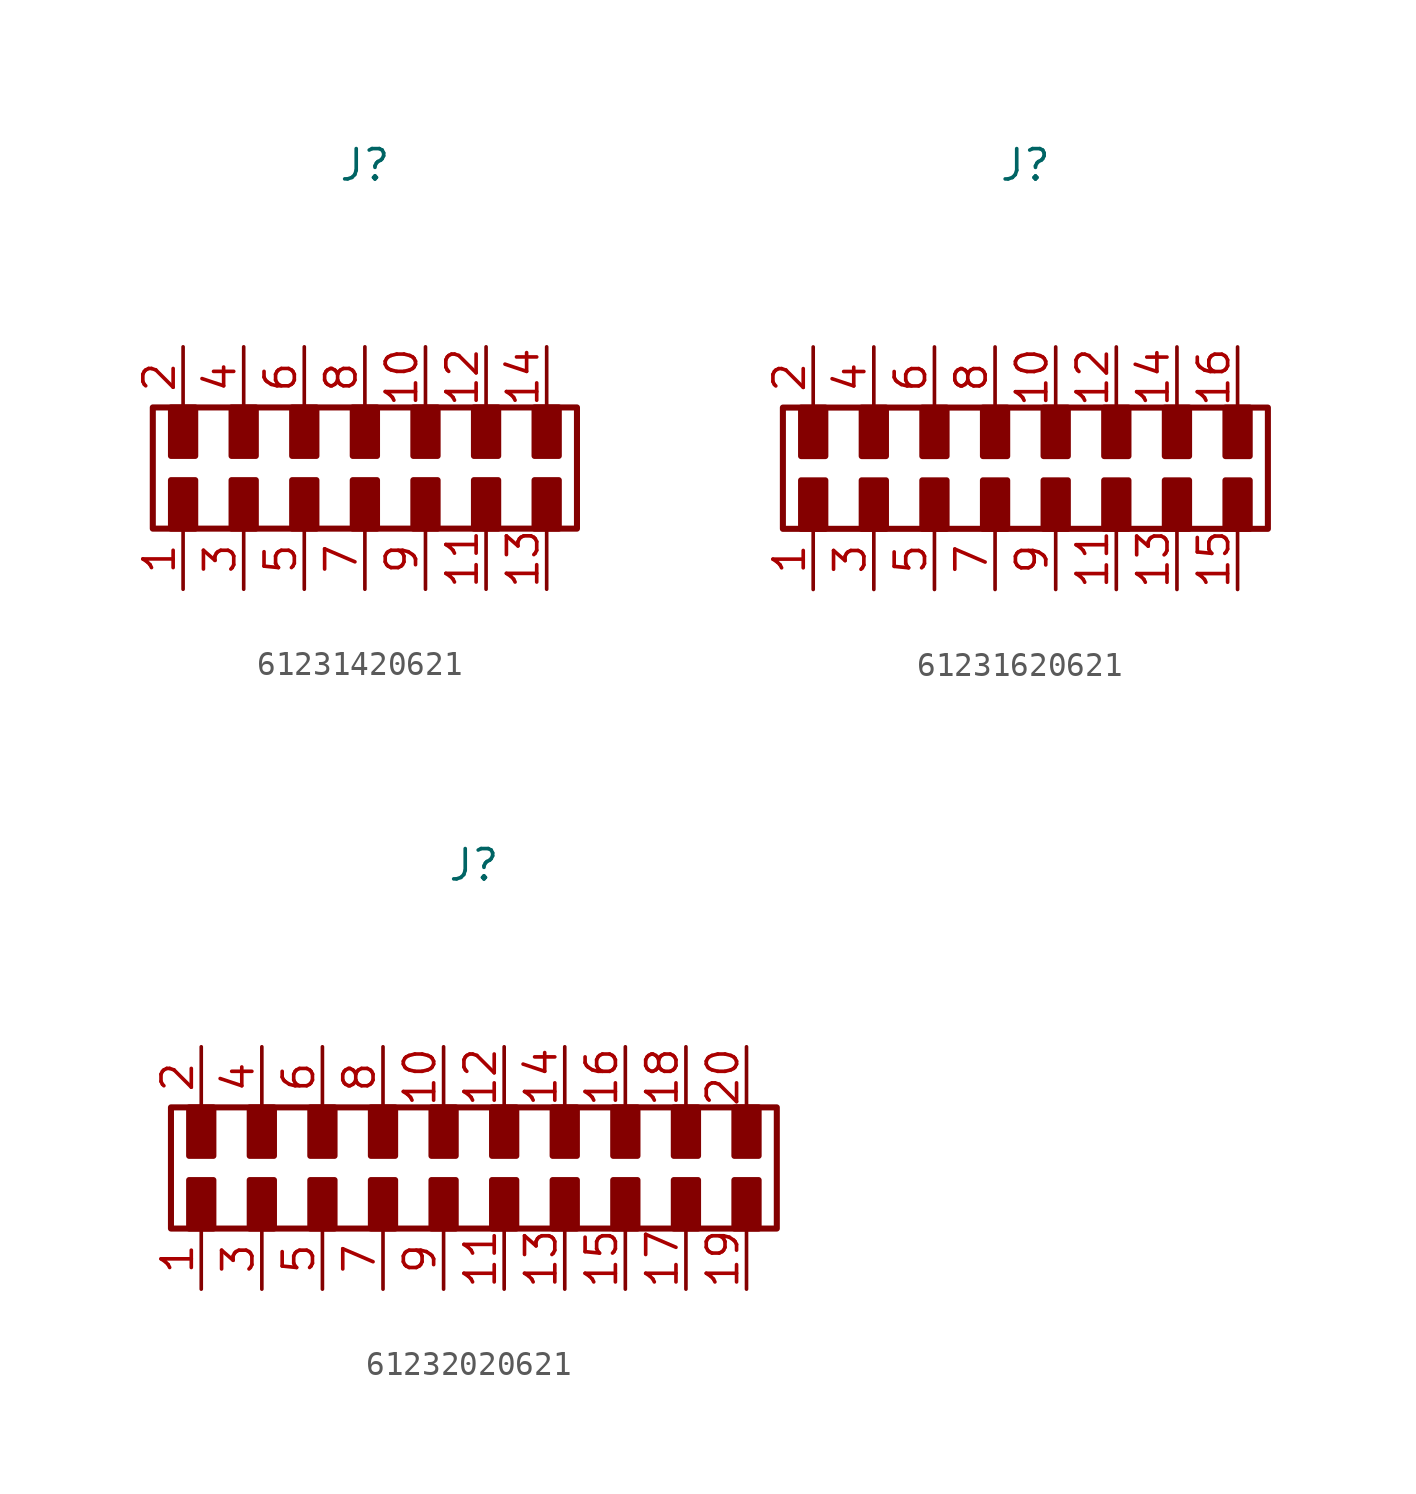
<source format=kicad_sym>
(kicad_symbol_lib
  (version 20241209)
  (generator "kicad_symbol_editor")
  (generator_version "9.0")
  (symbol "61231420621"
    (pin_names
      (hide yes))
    (property "Reference" "J"
      (at 0 12.7 0)
      (effects (font (size 1.27 1.27))))
    (symbol "61231420621_1_1"
      (rectangle (start -8.89 2.54) (end 8.89 -2.54) (stroke (width 0.254) (type solid)) (fill (type none)))
      (rectangle (start -8.128 2.54) (end -7.112 0.508) (stroke (width 0.254) (type solid)) (fill (type outline)))
      (rectangle (start -8.128 -0.508) (end -7.112 -2.54) (stroke (width 0.254) (type solid)) (fill (type outline)))
      (rectangle (start -5.588 2.54) (end -4.572 0.508) (stroke (width 0.254) (type solid)) (fill (type outline)))
      (rectangle (start -5.588 -0.508) (end -4.572 -2.54) (stroke (width 0.254) (type solid)) (fill (type outline)))
      (rectangle (start -3.048 2.54) (end -2.032 0.508) (stroke (width 0.254) (type solid)) (fill (type outline)))
      (rectangle (start -3.048 -0.508) (end -2.032 -2.54) (stroke (width 0.254) (type solid)) (fill (type outline)))
      (rectangle (start -0.508 2.54) (end 0.508 0.508) (stroke (width 0.254) (type solid)) (fill (type outline)))
      (rectangle (start -0.508 -0.508) (end 0.508 -2.54) (stroke (width 0.254) (type solid)) (fill (type outline)))
      (rectangle (start 2.032 2.54) (end 3.048 0.508) (stroke (width 0.254) (type solid)) (fill (type outline)))
      (rectangle (start 2.032 -0.508) (end 3.048 -2.54) (stroke (width 0.254) (type solid)) (fill (type outline)))
      (rectangle (start 4.572 2.54) (end 5.588 0.508) (stroke (width 0.254) (type solid)) (fill (type outline)))
      (rectangle (start 4.572 -0.508) (end 5.588 -2.54) (stroke (width 0.254) (type solid)) (fill (type outline)))
      (rectangle (start 7.112 2.54) (end 8.128 0.508) (stroke (width 0.254) (type solid)) (fill (type outline)))
      (rectangle (start 7.112 -0.508) (end 8.128 -2.54) (stroke (width 0.254) (type solid)) (fill (type outline)))
      (pin passive line (at -7.62 5.08 270) (length 2.54) (name "2" (effects (font (size 1.27 1.27)))) (number "2" (effects (font (size 1.27 1.27)))))
      (pin passive line (at -7.62 -5.08 90) (length 2.54) (name "1" (effects (font (size 1.27 1.27)))) (number "1" (effects (font (size 1.27 1.27)))))
      (pin passive line (at -5.08 5.08 270) (length 2.54) (name "4" (effects (font (size 1.27 1.27)))) (number "4" (effects (font (size 1.27 1.27)))))
      (pin passive line (at -5.08 -5.08 90) (length 2.54) (name "3" (effects (font (size 1.27 1.27)))) (number "3" (effects (font (size 1.27 1.27)))))
      (pin passive line (at -2.54 5.08 270) (length 2.54) (name "6" (effects (font (size 1.27 1.27)))) (number "6" (effects (font (size 1.27 1.27)))))
      (pin passive line (at -2.54 -5.08 90) (length 2.54) (name "5" (effects (font (size 1.27 1.27)))) (number "5" (effects (font (size 1.27 1.27)))))
      (pin passive line (at 0 5.08 270) (length 2.54) (name "8" (effects (font (size 1.27 1.27)))) (number "8" (effects (font (size 1.27 1.27)))))
      (pin passive line (at 0 -5.08 90) (length 2.54) (name "7" (effects (font (size 1.27 1.27)))) (number "7" (effects (font (size 1.27 1.27)))))
      (pin passive line (at 2.54 5.08 270) (length 2.54) (name "10" (effects (font (size 1.27 1.27)))) (number "10" (effects (font (size 1.27 1.27)))))
      (pin passive line (at 2.54 -5.08 90) (length 2.54) (name "9" (effects (font (size 1.27 1.27)))) (number "9" (effects (font (size 1.27 1.27)))))
      (pin passive line (at 5.08 5.08 270) (length 2.54) (name "12" (effects (font (size 1.27 1.27)))) (number "12" (effects (font (size 1.27 1.27)))))
      (pin passive line (at 5.08 -5.08 90) (length 2.54) (name "11" (effects (font (size 1.27 1.27)))) (number "11" (effects (font (size 1.27 1.27)))))
      (pin passive line (at 7.62 5.08 270) (length 2.54) (name "14" (effects (font (size 1.27 1.27)))) (number "14" (effects (font (size 1.27 1.27)))))
      (pin passive line (at 7.62 -5.08 90) (length 2.54) (name "13" (effects (font (size 1.27 1.27)))) (number "13" (effects (font (size 1.27 1.27)))))))
  (symbol "61231620621"
    (pin_names
      (hide yes))
    (property "Reference" "J"
      (at 0 12.7 0)
      (effects (font (size 1.27 1.27))))
    (symbol "61231620621_1_1"
      (rectangle (start -10.16 2.54) (end 10.16 -2.54) (stroke (width 0.254) (type solid)) (fill (type none)))
      (rectangle (start -9.398 2.54) (end -8.382 0.508) (stroke (width 0.254) (type solid)) (fill (type outline)))
      (rectangle (start -9.398 -0.508) (end -8.382 -2.54) (stroke (width 0.254) (type solid)) (fill (type outline)))
      (rectangle (start -6.858 2.54) (end -5.842 0.508) (stroke (width 0.254) (type solid)) (fill (type outline)))
      (rectangle (start -6.858 -0.508) (end -5.842 -2.54) (stroke (width 0.254) (type solid)) (fill (type outline)))
      (rectangle (start -4.318 2.54) (end -3.302 0.508) (stroke (width 0.254) (type solid)) (fill (type outline)))
      (rectangle (start -4.318 -0.508) (end -3.302 -2.54) (stroke (width 0.254) (type solid)) (fill (type outline)))
      (rectangle (start -1.778 2.54) (end -0.762 0.508) (stroke (width 0.254) (type solid)) (fill (type outline)))
      (rectangle (start -1.778 -0.508) (end -0.762 -2.54) (stroke (width 0.254) (type solid)) (fill (type outline)))
      (rectangle (start 0.762 2.54) (end 1.778 0.508) (stroke (width 0.254) (type solid)) (fill (type outline)))
      (rectangle (start 0.762 -0.508) (end 1.778 -2.54) (stroke (width 0.254) (type solid)) (fill (type outline)))
      (rectangle (start 3.302 2.54) (end 4.318 0.508) (stroke (width 0.254) (type solid)) (fill (type outline)))
      (rectangle (start 3.302 -0.508) (end 4.318 -2.54) (stroke (width 0.254) (type solid)) (fill (type outline)))
      (rectangle (start 5.842 2.54) (end 6.858 0.508) (stroke (width 0.254) (type solid)) (fill (type outline)))
      (rectangle (start 5.842 -0.508) (end 6.858 -2.54) (stroke (width 0.254) (type solid)) (fill (type outline)))
      (rectangle (start 8.382 2.54) (end 9.398 0.508) (stroke (width 0.254) (type solid)) (fill (type outline)))
      (rectangle (start 8.382 -0.508) (end 9.398 -2.54) (stroke (width 0.254) (type solid)) (fill (type outline)))
      (pin passive line (at -8.89 5.08 270) (length 2.54) (name "2" (effects (font (size 1.27 1.27)))) (number "2" (effects (font (size 1.27 1.27)))))
      (pin passive line (at -8.89 -5.08 90) (length 2.54) (name "1" (effects (font (size 1.27 1.27)))) (number "1" (effects (font (size 1.27 1.27)))))
      (pin passive line (at -6.35 5.08 270) (length 2.54) (name "4" (effects (font (size 1.27 1.27)))) (number "4" (effects (font (size 1.27 1.27)))))
      (pin passive line (at -6.35 -5.08 90) (length 2.54) (name "3" (effects (font (size 1.27 1.27)))) (number "3" (effects (font (size 1.27 1.27)))))
      (pin passive line (at -3.81 5.08 270) (length 2.54) (name "6" (effects (font (size 1.27 1.27)))) (number "6" (effects (font (size 1.27 1.27)))))
      (pin passive line (at -3.81 -5.08 90) (length 2.54) (name "5" (effects (font (size 1.27 1.27)))) (number "5" (effects (font (size 1.27 1.27)))))
      (pin passive line (at -1.27 5.08 270) (length 2.54) (name "8" (effects (font (size 1.27 1.27)))) (number "8" (effects (font (size 1.27 1.27)))))
      (pin passive line (at -1.27 -5.08 90) (length 2.54) (name "7" (effects (font (size 1.27 1.27)))) (number "7" (effects (font (size 1.27 1.27)))))
      (pin passive line (at 1.27 5.08 270) (length 2.54) (name "10" (effects (font (size 1.27 1.27)))) (number "10" (effects (font (size 1.27 1.27)))))
      (pin passive line (at 1.27 -5.08 90) (length 2.54) (name "9" (effects (font (size 1.27 1.27)))) (number "9" (effects (font (size 1.27 1.27)))))
      (pin passive line (at 3.81 5.08 270) (length 2.54) (name "12" (effects (font (size 1.27 1.27)))) (number "12" (effects (font (size 1.27 1.27)))))
      (pin passive line (at 3.81 -5.08 90) (length 2.54) (name "11" (effects (font (size 1.27 1.27)))) (number "11" (effects (font (size 1.27 1.27)))))
      (pin passive line (at 6.35 5.08 270) (length 2.54) (name "14" (effects (font (size 1.27 1.27)))) (number "14" (effects (font (size 1.27 1.27)))))
      (pin passive line (at 6.35 -5.08 90) (length 2.54) (name "13" (effects (font (size 1.27 1.27)))) (number "13" (effects (font (size 1.27 1.27)))))
      (pin passive line (at 8.89 5.08 270) (length 2.54) (name "16" (effects (font (size 1.27 1.27)))) (number "16" (effects (font (size 1.27 1.27)))))
      (pin passive line (at 8.89 -5.08 90) (length 2.54) (name "15" (effects (font (size 1.27 1.27)))) (number "15" (effects (font (size 1.27 1.27)))))))
  (symbol "61232020621"
    (pin_names
      (hide yes))
    (property "Reference" "J"
      (at 0 12.7 0)
      (effects (font (size 1.27 1.27))))
    (symbol "61232020621_1_1"
      (rectangle (start -12.7 2.54) (end 12.7 -2.54) (stroke (width 0.254) (type solid)) (fill (type none)))
      (rectangle (start -11.938 2.54) (end -10.922 0.508) (stroke (width 0.254) (type solid)) (fill (type outline)))
      (rectangle (start -11.938 -0.508) (end -10.922 -2.54) (stroke (width 0.254) (type solid)) (fill (type outline)))
      (rectangle (start -9.398 2.54) (end -8.382 0.508) (stroke (width 0.254) (type solid)) (fill (type outline)))
      (rectangle (start -9.398 -0.508) (end -8.382 -2.54) (stroke (width 0.254) (type solid)) (fill (type outline)))
      (rectangle (start -6.858 2.54) (end -5.842 0.508) (stroke (width 0.254) (type solid)) (fill (type outline)))
      (rectangle (start -6.858 -0.508) (end -5.842 -2.54) (stroke (width 0.254) (type solid)) (fill (type outline)))
      (rectangle (start -4.318 2.54) (end -3.302 0.508) (stroke (width 0.254) (type solid)) (fill (type outline)))
      (rectangle (start -4.318 -0.508) (end -3.302 -2.54) (stroke (width 0.254) (type solid)) (fill (type outline)))
      (rectangle (start -1.778 2.54) (end -0.762 0.508) (stroke (width 0.254) (type solid)) (fill (type outline)))
      (rectangle (start -1.778 -0.508) (end -0.762 -2.54) (stroke (width 0.254) (type solid)) (fill (type outline)))
      (rectangle (start 0.762 2.54) (end 1.778 0.508) (stroke (width 0.254) (type solid)) (fill (type outline)))
      (rectangle (start 0.762 -0.508) (end 1.778 -2.54) (stroke (width 0.254) (type solid)) (fill (type outline)))
      (rectangle (start 3.302 2.54) (end 4.318 0.508) (stroke (width 0.254) (type solid)) (fill (type outline)))
      (rectangle (start 3.302 -0.508) (end 4.318 -2.54) (stroke (width 0.254) (type solid)) (fill (type outline)))
      (rectangle (start 5.842 2.54) (end 6.858 0.508) (stroke (width 0.254) (type solid)) (fill (type outline)))
      (rectangle (start 5.842 -0.508) (end 6.858 -2.54) (stroke (width 0.254) (type solid)) (fill (type outline)))
      (rectangle (start 8.382 2.54) (end 9.398 0.508) (stroke (width 0.254) (type solid)) (fill (type outline)))
      (rectangle (start 8.382 -0.508) (end 9.398 -2.54) (stroke (width 0.254) (type solid)) (fill (type outline)))
      (rectangle (start 10.922 2.54) (end 11.938 0.508) (stroke (width 0.254) (type solid)) (fill (type outline)))
      (rectangle (start 10.922 -0.508) (end 11.938 -2.54) (stroke (width 0.254) (type solid)) (fill (type outline)))
      (pin passive line (at -11.43 5.08 270) (length 2.54) (name "2" (effects (font (size 1.27 1.27)))) (number "2" (effects (font (size 1.27 1.27)))))
      (pin passive line (at -11.43 -5.08 90) (length 2.54) (name "1" (effects (font (size 1.27 1.27)))) (number "1" (effects (font (size 1.27 1.27)))))
      (pin passive line (at -8.89 5.08 270) (length 2.54) (name "4" (effects (font (size 1.27 1.27)))) (number "4" (effects (font (size 1.27 1.27)))))
      (pin passive line (at -8.89 -5.08 90) (length 2.54) (name "3" (effects (font (size 1.27 1.27)))) (number "3" (effects (font (size 1.27 1.27)))))
      (pin passive line (at -6.35 5.08 270) (length 2.54) (name "6" (effects (font (size 1.27 1.27)))) (number "6" (effects (font (size 1.27 1.27)))))
      (pin passive line (at -6.35 -5.08 90) (length 2.54) (name "5" (effects (font (size 1.27 1.27)))) (number "5" (effects (font (size 1.27 1.27)))))
      (pin passive line (at -3.81 5.08 270) (length 2.54) (name "8" (effects (font (size 1.27 1.27)))) (number "8" (effects (font (size 1.27 1.27)))))
      (pin passive line (at -3.81 -5.08 90) (length 2.54) (name "7" (effects (font (size 1.27 1.27)))) (number "7" (effects (font (size 1.27 1.27)))))
      (pin passive line (at -1.27 5.08 270) (length 2.54) (name "10" (effects (font (size 1.27 1.27)))) (number "10" (effects (font (size 1.27 1.27)))))
      (pin passive line (at -1.27 -5.08 90) (length 2.54) (name "9" (effects (font (size 1.27 1.27)))) (number "9" (effects (font (size 1.27 1.27)))))
      (pin passive line (at 1.27 5.08 270) (length 2.54) (name "12" (effects (font (size 1.27 1.27)))) (number "12" (effects (font (size 1.27 1.27)))))
      (pin passive line (at 1.27 -5.08 90) (length 2.54) (name "11" (effects (font (size 1.27 1.27)))) (number "11" (effects (font (size 1.27 1.27)))))
      (pin passive line (at 3.81 5.08 270) (length 2.54) (name "14" (effects (font (size 1.27 1.27)))) (number "14" (effects (font (size 1.27 1.27)))))
      (pin passive line (at 3.81 -5.08 90) (length 2.54) (name "13" (effects (font (size 1.27 1.27)))) (number "13" (effects (font (size 1.27 1.27)))))
      (pin passive line (at 6.35 5.08 270) (length 2.54) (name "16" (effects (font (size 1.27 1.27)))) (number "16" (effects (font (size 1.27 1.27)))))
      (pin passive line (at 6.35 -5.08 90) (length 2.54) (name "15" (effects (font (size 1.27 1.27)))) (number "15" (effects (font (size 1.27 1.27)))))
      (pin passive line (at 8.89 5.08 270) (length 2.54) (name "18" (effects (font (size 1.27 1.27)))) (number "18" (effects (font (size 1.27 1.27)))))
      (pin passive line (at 8.89 -5.08 90) (length 2.54) (name "17" (effects (font (size 1.27 1.27)))) (number "17" (effects (font (size 1.27 1.27)))))
      (pin passive line (at 11.43 5.08 270) (length 2.54) (name "20" (effects (font (size 1.27 1.27)))) (number "20" (effects (font (size 1.27 1.27)))))
      (pin passive line (at 11.43 -5.08 90) (length 2.54) (name "19" (effects (font (size 1.27 1.27)))) (number "19" (effects (font (size 1.27 1.27))))))))
</source>
